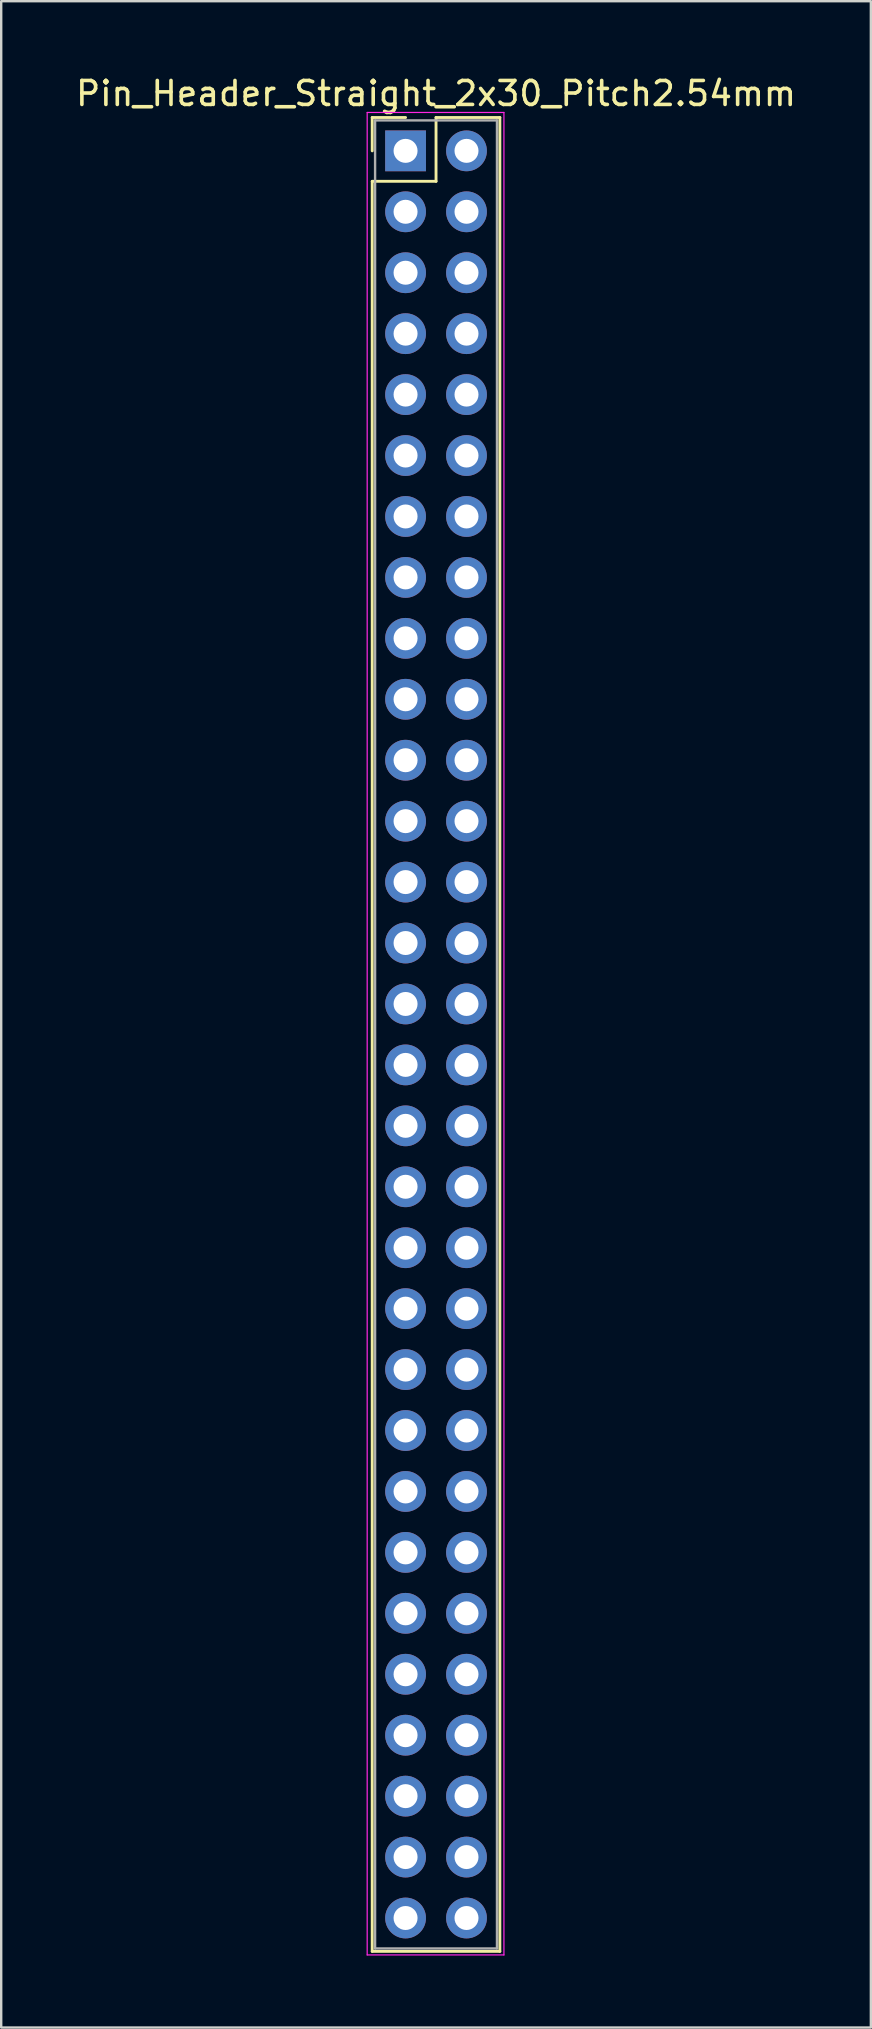
<source format=kicad_pcb>
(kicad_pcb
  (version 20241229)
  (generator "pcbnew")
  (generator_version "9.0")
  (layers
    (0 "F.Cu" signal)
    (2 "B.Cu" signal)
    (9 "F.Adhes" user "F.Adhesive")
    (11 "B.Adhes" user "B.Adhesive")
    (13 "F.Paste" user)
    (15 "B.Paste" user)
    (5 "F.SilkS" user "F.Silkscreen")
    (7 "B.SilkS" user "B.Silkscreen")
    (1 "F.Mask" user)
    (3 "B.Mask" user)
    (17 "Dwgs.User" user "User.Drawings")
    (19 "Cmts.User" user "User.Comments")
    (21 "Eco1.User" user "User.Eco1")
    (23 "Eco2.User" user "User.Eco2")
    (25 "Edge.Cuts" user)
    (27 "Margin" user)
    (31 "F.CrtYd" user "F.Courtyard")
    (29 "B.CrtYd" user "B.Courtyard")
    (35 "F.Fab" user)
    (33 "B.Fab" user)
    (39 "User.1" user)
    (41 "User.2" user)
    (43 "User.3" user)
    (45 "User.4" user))
  (footprint "Pin_Header_Straight_2x30_Pitch2.54mm"
    (layer "F.Cu")
    (at 13.855 3.238)
    (property "Reference" "Pin_Header_Straight_2x30_Pitch2.54mm" (at 1.27 -2.39 0) (layer "F.SilkS") (effects (font (size 1 1) (thickness 0.15))))
    (attr through_hole)
    (fp_line (start -1.39 -1.39) (end 0 -1.39) (stroke (width 0.12) (type solid)) (layer "F.SilkS"))
    (fp_line (start -1.39 0) (end -1.39 -1.39) (stroke (width 0.12) (type solid)) (layer "F.SilkS"))
    (fp_line (start -1.39 1.27) (end -1.39 75.05) (stroke (width 0.12) (type solid)) (layer "F.SilkS"))
    (fp_line (start -1.39 75.05) (end 3.93 75.05) (stroke (width 0.12) (type solid)) (layer "F.SilkS"))
    (fp_line (start 1.27 -1.39) (end 1.27 1.27) (stroke (width 0.12) (type solid)) (layer "F.SilkS"))
    (fp_line (start 1.27 1.27) (end -1.39 1.27) (stroke (width 0.12) (type solid)) (layer "F.SilkS"))
    (fp_line (start 3.93 -1.39) (end 1.27 -1.39) (stroke (width 0.12) (type solid)) (layer "F.SilkS"))
    (fp_line (start 3.93 75.05) (end 3.93 -1.39) (stroke (width 0.12) (type solid)) (layer "F.SilkS"))
    (fp_line (start -1.6 -1.6) (end -1.6 75.2) (stroke (width 0.05) (type solid)) (layer "F.CrtYd"))
    (fp_line (start -1.6 75.2) (end 4.1 75.2) (stroke (width 0.05) (type solid)) (layer "F.CrtYd"))
    (fp_line (start 4.1 -1.6) (end -1.6 -1.6) (stroke (width 0.05) (type solid)) (layer "F.CrtYd"))
    (fp_line (start 4.1 75.2) (end 4.1 -1.6) (stroke (width 0.05) (type solid)) (layer "F.CrtYd"))
    (fp_line (start -1.27 -1.27) (end -1.27 74.93) (stroke (width 0.1) (type solid)) (layer "F.Fab"))
    (fp_line (start -1.27 74.93) (end 3.81 74.93) (stroke (width 0.1) (type solid)) (layer "F.Fab"))
    (fp_line (start 3.81 -1.27) (end -1.27 -1.27) (stroke (width 0.1) (type solid)) (layer "F.Fab"))
    (fp_line (start 3.81 74.93) (end 3.81 -1.27) (stroke (width 0.1) (type solid)) (layer "F.Fab"))
    (pad "1" thru_hole rect (at 0 0) (size 1.7 1.7) (drill 1) (layers "*.Cu" "*.Mask"))
    (pad "2" thru_hole oval (at 2.54 0) (size 1.7 1.7) (drill 1) (layers "*.Cu" "*.Mask"))
    (pad "3" thru_hole oval (at 0 2.54) (size 1.7 1.7) (drill 1) (layers "*.Cu" "*.Mask"))
    (pad "4" thru_hole oval (at 2.54 2.54) (size 1.7 1.7) (drill 1) (layers "*.Cu" "*.Mask"))
    (pad "5" thru_hole oval (at 0 5.08) (size 1.7 1.7) (drill 1) (layers "*.Cu" "*.Mask"))
    (pad "6" thru_hole oval (at 2.54 5.08) (size 1.7 1.7) (drill 1) (layers "*.Cu" "*.Mask"))
    (pad "7" thru_hole oval (at 0 7.62) (size 1.7 1.7) (drill 1) (layers "*.Cu" "*.Mask"))
    (pad "8" thru_hole oval (at 2.54 7.62) (size 1.7 1.7) (drill 1) (layers "*.Cu" "*.Mask"))
    (pad "9" thru_hole oval (at 0 10.16) (size 1.7 1.7) (drill 1) (layers "*.Cu" "*.Mask"))
    (pad "10" thru_hole oval (at 2.54 10.16) (size 1.7 1.7) (drill 1) (layers "*.Cu" "*.Mask"))
    (pad "11" thru_hole oval (at 0 12.7) (size 1.7 1.7) (drill 1) (layers "*.Cu" "*.Mask"))
    (pad "12" thru_hole oval (at 2.54 12.7) (size 1.7 1.7) (drill 1) (layers "*.Cu" "*.Mask"))
    (pad "13" thru_hole oval (at 0 15.24) (size 1.7 1.7) (drill 1) (layers "*.Cu" "*.Mask"))
    (pad "14" thru_hole oval (at 2.54 15.24) (size 1.7 1.7) (drill 1) (layers "*.Cu" "*.Mask"))
    (pad "15" thru_hole oval (at 0 17.78) (size 1.7 1.7) (drill 1) (layers "*.Cu" "*.Mask"))
    (pad "16" thru_hole oval (at 2.54 17.78) (size 1.7 1.7) (drill 1) (layers "*.Cu" "*.Mask"))
    (pad "17" thru_hole oval (at 0 20.32) (size 1.7 1.7) (drill 1) (layers "*.Cu" "*.Mask"))
    (pad "18" thru_hole oval (at 2.54 20.32) (size 1.7 1.7) (drill 1) (layers "*.Cu" "*.Mask"))
    (pad "19" thru_hole oval (at 0 22.86) (size 1.7 1.7) (drill 1) (layers "*.Cu" "*.Mask"))
    (pad "20" thru_hole oval (at 2.54 22.86) (size 1.7 1.7) (drill 1) (layers "*.Cu" "*.Mask"))
    (pad "21" thru_hole oval (at 0 25.4) (size 1.7 1.7) (drill 1) (layers "*.Cu" "*.Mask"))
    (pad "22" thru_hole oval (at 2.54 25.4) (size 1.7 1.7) (drill 1) (layers "*.Cu" "*.Mask"))
    (pad "23" thru_hole oval (at 0 27.94) (size 1.7 1.7) (drill 1) (layers "*.Cu" "*.Mask"))
    (pad "24" thru_hole oval (at 2.54 27.94) (size 1.7 1.7) (drill 1) (layers "*.Cu" "*.Mask"))
    (pad "25" thru_hole oval (at 0 30.48) (size 1.7 1.7) (drill 1) (layers "*.Cu" "*.Mask"))
    (pad "26" thru_hole oval (at 2.54 30.48) (size 1.7 1.7) (drill 1) (layers "*.Cu" "*.Mask"))
    (pad "27" thru_hole oval (at 0 33.02) (size 1.7 1.7) (drill 1) (layers "*.Cu" "*.Mask"))
    (pad "28" thru_hole oval (at 2.54 33.02) (size 1.7 1.7) (drill 1) (layers "*.Cu" "*.Mask"))
    (pad "29" thru_hole oval (at 0 35.56) (size 1.7 1.7) (drill 1) (layers "*.Cu" "*.Mask"))
    (pad "30" thru_hole oval (at 2.54 35.56) (size 1.7 1.7) (drill 1) (layers "*.Cu" "*.Mask"))
    (pad "31" thru_hole oval (at 0 38.1) (size 1.7 1.7) (drill 1) (layers "*.Cu" "*.Mask"))
    (pad "32" thru_hole oval (at 2.54 38.1) (size 1.7 1.7) (drill 1) (layers "*.Cu" "*.Mask"))
    (pad "33" thru_hole oval (at 0 40.64) (size 1.7 1.7) (drill 1) (layers "*.Cu" "*.Mask"))
    (pad "34" thru_hole oval (at 2.54 40.64) (size 1.7 1.7) (drill 1) (layers "*.Cu" "*.Mask"))
    (pad "35" thru_hole oval (at 0 43.18) (size 1.7 1.7) (drill 1) (layers "*.Cu" "*.Mask"))
    (pad "36" thru_hole oval (at 2.54 43.18) (size 1.7 1.7) (drill 1) (layers "*.Cu" "*.Mask"))
    (pad "37" thru_hole oval (at 0 45.72) (size 1.7 1.7) (drill 1) (layers "*.Cu" "*.Mask"))
    (pad "38" thru_hole oval (at 2.54 45.72) (size 1.7 1.7) (drill 1) (layers "*.Cu" "*.Mask"))
    (pad "39" thru_hole oval (at 0 48.26) (size 1.7 1.7) (drill 1) (layers "*.Cu" "*.Mask"))
    (pad "40" thru_hole oval (at 2.54 48.26) (size 1.7 1.7) (drill 1) (layers "*.Cu" "*.Mask"))
    (pad "41" thru_hole oval (at 0 50.8) (size 1.7 1.7) (drill 1) (layers "*.Cu" "*.Mask"))
    (pad "42" thru_hole oval (at 2.54 50.8) (size 1.7 1.7) (drill 1) (layers "*.Cu" "*.Mask"))
    (pad "43" thru_hole oval (at 0 53.34) (size 1.7 1.7) (drill 1) (layers "*.Cu" "*.Mask"))
    (pad "44" thru_hole oval (at 2.54 53.34) (size 1.7 1.7) (drill 1) (layers "*.Cu" "*.Mask"))
    (pad "45" thru_hole oval (at 0 55.88) (size 1.7 1.7) (drill 1) (layers "*.Cu" "*.Mask"))
    (pad "46" thru_hole oval (at 2.54 55.88) (size 1.7 1.7) (drill 1) (layers "*.Cu" "*.Mask"))
    (pad "47" thru_hole oval (at 0 58.42) (size 1.7 1.7) (drill 1) (layers "*.Cu" "*.Mask"))
    (pad "48" thru_hole oval (at 2.54 58.42) (size 1.7 1.7) (drill 1) (layers "*.Cu" "*.Mask"))
    (pad "49" thru_hole oval (at 0 60.96) (size 1.7 1.7) (drill 1) (layers "*.Cu" "*.Mask"))
    (pad "50" thru_hole oval (at 2.54 60.96) (size 1.7 1.7) (drill 1) (layers "*.Cu" "*.Mask"))
    (pad "51" thru_hole oval (at 0 63.5) (size 1.7 1.7) (drill 1) (layers "*.Cu" "*.Mask"))
    (pad "52" thru_hole oval (at 2.54 63.5) (size 1.7 1.7) (drill 1) (layers "*.Cu" "*.Mask"))
    (pad "53" thru_hole oval (at 0 66.04) (size 1.7 1.7) (drill 1) (layers "*.Cu" "*.Mask"))
    (pad "54" thru_hole oval (at 2.54 66.04) (size 1.7 1.7) (drill 1) (layers "*.Cu" "*.Mask"))
    (pad "55" thru_hole oval (at 0 68.58) (size 1.7 1.7) (drill 1) (layers "*.Cu" "*.Mask"))
    (pad "56" thru_hole oval (at 2.54 68.58) (size 1.7 1.7) (drill 1) (layers "*.Cu" "*.Mask"))
    (pad "57" thru_hole oval (at 0 71.12) (size 1.7 1.7) (drill 1) (layers "*.Cu" "*.Mask"))
    (pad "58" thru_hole oval (at 2.54 71.12) (size 1.7 1.7) (drill 1) (layers "*.Cu" "*.Mask"))
    (pad "59" thru_hole oval (at 0 73.66) (size 1.7 1.7) (drill 1) (layers "*.Cu" "*.Mask"))
    (pad "60" thru_hole oval (at 2.54 73.66) (size 1.7 1.7) (drill 1) (layers "*.Cu" "*.Mask")))
  (gr_rect
    (start -3 -3)
    (end 33.25 81.463)
    (stroke (width 0.1) (type default))
    (fill no)
    (layer "Edge.Cuts")))
</source>
